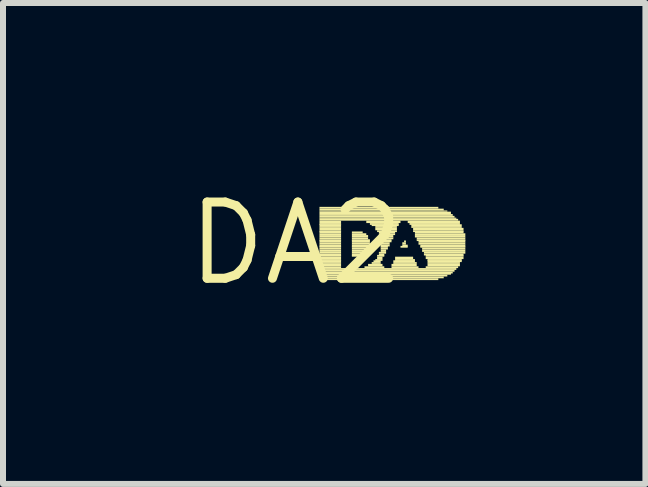
<source format=kicad_pcb>
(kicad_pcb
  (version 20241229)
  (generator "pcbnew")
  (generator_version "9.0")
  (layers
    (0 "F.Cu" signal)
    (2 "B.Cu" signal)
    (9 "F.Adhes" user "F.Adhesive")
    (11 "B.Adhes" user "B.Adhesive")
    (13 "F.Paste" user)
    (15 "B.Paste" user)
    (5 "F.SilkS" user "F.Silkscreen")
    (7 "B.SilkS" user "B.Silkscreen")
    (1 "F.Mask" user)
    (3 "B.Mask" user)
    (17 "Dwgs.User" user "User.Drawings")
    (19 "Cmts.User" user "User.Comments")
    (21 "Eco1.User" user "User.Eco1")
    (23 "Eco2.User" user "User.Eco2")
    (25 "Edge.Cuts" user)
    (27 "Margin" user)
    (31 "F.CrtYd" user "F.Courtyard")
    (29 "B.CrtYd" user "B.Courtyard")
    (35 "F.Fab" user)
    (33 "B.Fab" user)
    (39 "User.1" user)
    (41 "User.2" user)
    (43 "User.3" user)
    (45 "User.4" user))
  (footprint "DA2"
    (layer "F.Cu")
    (at 1.882 1.006)
    (property "Reference" "DA2" (at 0 0 0) (layer "F.SilkS") (effects (font (size 1.27 1.27) (thickness 0.15))))
    (attr through_hole)
    (fp_poly (pts (xy 0.39 -0.58) (xy 2.37 -0.58) (xy 2.37 -0.61) (xy 0.39 -0.61)) (stroke (width 0) (type solid)) (fill yes) (layer "F.SilkS"))
    (fp_poly (pts (xy 0.39 -0.55) (xy 2.46 -0.55) (xy 2.46 -0.58) (xy 0.39 -0.58)) (stroke (width 0) (type solid)) (fill yes) (layer "F.SilkS"))
    (fp_poly (pts (xy 0.39 -0.53) (xy 2.52 -0.53) (xy 2.52 -0.55) (xy 0.39 -0.55)) (stroke (width 0) (type solid)) (fill yes) (layer "F.SilkS"))
    (fp_poly (pts (xy 0.39 -0.49) (xy 2.58 -0.49) (xy 2.58 -0.53) (xy 0.39 -0.53)) (stroke (width 0) (type solid)) (fill yes) (layer "F.SilkS"))
    (fp_poly (pts (xy 0.39 -0.46) (xy 2.61 -0.46) (xy 2.61 -0.49) (xy 0.39 -0.49)) (stroke (width 0) (type solid)) (fill yes) (layer "F.SilkS"))
    (fp_poly (pts (xy 0.39 -0.43) (xy 2.64 -0.43) (xy 2.64 -0.46) (xy 0.39 -0.46)) (stroke (width 0) (type solid)) (fill yes) (layer "F.SilkS"))
    (fp_poly (pts (xy 0.39 -0.41) (xy 2.67 -0.41) (xy 2.67 -0.43) (xy 0.39 -0.43)) (stroke (width 0) (type solid)) (fill yes) (layer "F.SilkS"))
    (fp_poly (pts (xy 0.39 -0.38) (xy 2.7 -0.38) (xy 2.7 -0.41) (xy 0.39 -0.41)) (stroke (width 0) (type solid)) (fill yes) (layer "F.SilkS"))
    (fp_poly (pts (xy 0.39 -0.34) (xy 0.75 -0.34) (xy 0.75 -0.38) (xy 0.39 -0.38)) (stroke (width 0) (type solid)) (fill yes) (layer "F.SilkS"))
    (fp_poly (pts (xy 0.39 -0.31) (xy 0.75 -0.31) (xy 0.75 -0.34) (xy 0.39 -0.34)) (stroke (width 0) (type solid)) (fill yes) (layer "F.SilkS"))
    (fp_poly (pts (xy 0.39 -0.29) (xy 0.75 -0.29) (xy 0.75 -0.32) (xy 0.39 -0.32)) (stroke (width 0) (type solid)) (fill yes) (layer "F.SilkS"))
    (fp_poly (pts (xy 0.39 -0.26) (xy 0.75 -0.26) (xy 0.75 -0.29) (xy 0.39 -0.29)) (stroke (width 0) (type solid)) (fill yes) (layer "F.SilkS"))
    (fp_poly (pts (xy 0.39 -0.22) (xy 0.75 -0.22) (xy 0.75 -0.26) (xy 0.39 -0.26)) (stroke (width 0) (type solid)) (fill yes) (layer "F.SilkS"))
    (fp_poly (pts (xy 0.39 -0.19) (xy 0.75 -0.19) (xy 0.75 -0.22) (xy 0.39 -0.22)) (stroke (width 0) (type solid)) (fill yes) (layer "F.SilkS"))
    (fp_poly (pts (xy 0.39 -0.17) (xy 0.75 -0.17) (xy 0.75 -0.2) (xy 0.39 -0.2)) (stroke (width 0) (type solid)) (fill yes) (layer "F.SilkS"))
    (fp_poly (pts (xy 0.39 -0.14) (xy 0.75 -0.14) (xy 0.75 -0.17) (xy 0.39 -0.17)) (stroke (width 0) (type solid)) (fill yes) (layer "F.SilkS"))
    (fp_poly (pts (xy 0.39 -0.1) (xy 0.75 -0.1) (xy 0.75 -0.14) (xy 0.39 -0.14)) (stroke (width 0) (type solid)) (fill yes) (layer "F.SilkS"))
    (fp_poly (pts (xy 0.39 -0.07) (xy 0.75 -0.07) (xy 0.75 -0.1) (xy 0.39 -0.1)) (stroke (width 0) (type solid)) (fill yes) (layer "F.SilkS"))
    (fp_poly (pts (xy 0.39 -0.04) (xy 0.75 -0.04) (xy 0.75 -0.07) (xy 0.39 -0.07)) (stroke (width 0) (type solid)) (fill yes) (layer "F.SilkS"))
    (fp_poly (pts (xy 0.39 -0.02) (xy 0.75 -0.02) (xy 0.75 -0.05) (xy 0.39 -0.05)) (stroke (width 0) (type solid)) (fill yes) (layer "F.SilkS"))
    (fp_poly (pts (xy 0.39 0.02) (xy 0.75 0.02) (xy 0.75 -0.02) (xy 0.39 -0.02)) (stroke (width 0) (type solid)) (fill yes) (layer "F.SilkS"))
    (fp_poly (pts (xy 0.39 0.05) (xy 0.75 0.05) (xy 0.75 0.02) (xy 0.39 0.02)) (stroke (width 0) (type solid)) (fill yes) (layer "F.SilkS"))
    (fp_poly (pts (xy 0.39 0.07) (xy 0.75 0.07) (xy 0.75 0.04) (xy 0.39 0.04)) (stroke (width 0) (type solid)) (fill yes) (layer "F.SilkS"))
    (fp_poly (pts (xy 0.39 0.1) (xy 0.75 0.1) (xy 0.75 0.07) (xy 0.39 0.07)) (stroke (width 0) (type solid)) (fill yes) (layer "F.SilkS"))
    (fp_poly (pts (xy 0.39 0.14) (xy 0.75 0.14) (xy 0.75 0.1) (xy 0.39 0.1)) (stroke (width 0) (type solid)) (fill yes) (layer "F.SilkS"))
    (fp_poly (pts (xy 0.39 0.17) (xy 0.75 0.17) (xy 0.75 0.14) (xy 0.39 0.14)) (stroke (width 0) (type solid)) (fill yes) (layer "F.SilkS"))
    (fp_poly (pts (xy 0.39 0.2) (xy 0.75 0.2) (xy 0.75 0.17) (xy 0.39 0.17)) (stroke (width 0) (type solid)) (fill yes) (layer "F.SilkS"))
    (fp_poly (pts (xy 0.39 0.22) (xy 0.75 0.22) (xy 0.75 0.19) (xy 0.39 0.19)) (stroke (width 0) (type solid)) (fill yes) (layer "F.SilkS"))
    (fp_poly (pts (xy 0.39 0.26) (xy 0.75 0.26) (xy 0.75 0.22) (xy 0.39 0.22)) (stroke (width 0) (type solid)) (fill yes) (layer "F.SilkS"))
    (fp_poly (pts (xy 0.39 0.29) (xy 0.75 0.29) (xy 0.75 0.26) (xy 0.39 0.26)) (stroke (width 0) (type solid)) (fill yes) (layer "F.SilkS"))
    (fp_poly (pts (xy 0.39 0.31) (xy 0.75 0.31) (xy 0.75 0.28) (xy 0.39 0.28)) (stroke (width 0) (type solid)) (fill yes) (layer "F.SilkS"))
    (fp_poly (pts (xy 0.39 0.34) (xy 0.75 0.34) (xy 0.75 0.31) (xy 0.39 0.31)) (stroke (width 0) (type solid)) (fill yes) (layer "F.SilkS"))
    (fp_poly (pts (xy 0.39 0.38) (xy 0.75 0.38) (xy 0.75 0.34) (xy 0.39 0.34)) (stroke (width 0) (type solid)) (fill yes) (layer "F.SilkS"))
    (fp_poly (pts (xy 0.39 0.41) (xy 0.75 0.41) (xy 0.75 0.38) (xy 0.39 0.38)) (stroke (width 0) (type solid)) (fill yes) (layer "F.SilkS"))
    (fp_poly (pts (xy 0.39 0.44) (xy 2.67 0.44) (xy 2.67 0.41) (xy 0.39 0.41)) (stroke (width 0) (type solid)) (fill yes) (layer "F.SilkS"))
    (fp_poly (pts (xy 0.39 0.47) (xy 2.64 0.47) (xy 2.64 0.44) (xy 0.39 0.44)) (stroke (width 0) (type solid)) (fill yes) (layer "F.SilkS"))
    (fp_poly (pts (xy 0.39 0.5) (xy 2.61 0.5) (xy 2.61 0.47) (xy 0.39 0.47)) (stroke (width 0) (type solid)) (fill yes) (layer "F.SilkS"))
    (fp_poly (pts (xy 0.39 0.52) (xy 2.58 0.52) (xy 2.58 0.49) (xy 0.39 0.49)) (stroke (width 0) (type solid)) (fill yes) (layer "F.SilkS"))
    (fp_poly (pts (xy 0.39 0.55) (xy 2.52 0.55) (xy 2.52 0.52) (xy 0.39 0.52)) (stroke (width 0) (type solid)) (fill yes) (layer "F.SilkS"))
    (fp_poly (pts (xy 0.39 0.58) (xy 2.46 0.58) (xy 2.46 0.55) (xy 0.39 0.55)) (stroke (width 0) (type solid)) (fill yes) (layer "F.SilkS"))
    (fp_poly (pts (xy 0.39 0.61) (xy 2.37 0.61) (xy 2.37 0.58) (xy 0.39 0.58)) (stroke (width 0) (type solid)) (fill yes) (layer "F.SilkS"))
    (fp_poly (pts (xy 0.93 -0.17) (xy 1.11 -0.17) (xy 1.11 -0.2) (xy 0.93 -0.2)) (stroke (width 0) (type solid)) (fill yes) (layer "F.SilkS"))
    (fp_poly (pts (xy 0.93 -0.14) (xy 1.17 -0.14) (xy 1.17 -0.17) (xy 0.93 -0.17)) (stroke (width 0) (type solid)) (fill yes) (layer "F.SilkS"))
    (fp_poly (pts (xy 0.93 -0.1) (xy 1.2 -0.1) (xy 1.2 -0.14) (xy 0.93 -0.14)) (stroke (width 0) (type solid)) (fill yes) (layer "F.SilkS"))
    (fp_poly (pts (xy 0.93 -0.07) (xy 1.2 -0.07) (xy 1.2 -0.1) (xy 0.93 -0.1)) (stroke (width 0) (type solid)) (fill yes) (layer "F.SilkS"))
    (fp_poly (pts (xy 0.93 -0.04) (xy 1.23 -0.04) (xy 1.23 -0.07) (xy 0.93 -0.07)) (stroke (width 0) (type solid)) (fill yes) (layer "F.SilkS"))
    (fp_poly (pts (xy 0.93 -0.02) (xy 1.23 -0.02) (xy 1.23 -0.05) (xy 0.93 -0.05)) (stroke (width 0) (type solid)) (fill yes) (layer "F.SilkS"))
    (fp_poly (pts (xy 0.93 0.02) (xy 1.23 0.02) (xy 1.23 -0.02) (xy 0.93 -0.02)) (stroke (width 0) (type solid)) (fill yes) (layer "F.SilkS"))
    (fp_poly (pts (xy 0.93 0.05) (xy 1.23 0.05) (xy 1.23 0.02) (xy 0.93 0.02)) (stroke (width 0) (type solid)) (fill yes) (layer "F.SilkS"))
    (fp_poly (pts (xy 0.93 0.07) (xy 1.23 0.07) (xy 1.23 0.04) (xy 0.93 0.04)) (stroke (width 0) (type solid)) (fill yes) (layer "F.SilkS"))
    (fp_poly (pts (xy 0.93 0.1) (xy 1.23 0.1) (xy 1.23 0.07) (xy 0.93 0.07)) (stroke (width 0) (type solid)) (fill yes) (layer "F.SilkS"))
    (fp_poly (pts (xy 0.93 0.14) (xy 1.2 0.14) (xy 1.2 0.1) (xy 0.93 0.1)) (stroke (width 0) (type solid)) (fill yes) (layer "F.SilkS"))
    (fp_poly (pts (xy 0.93 0.17) (xy 1.17 0.17) (xy 1.17 0.14) (xy 0.93 0.14)) (stroke (width 0) (type solid)) (fill yes) (layer "F.SilkS"))
    (fp_poly (pts (xy 0.93 0.2) (xy 1.14 0.2) (xy 1.14 0.17) (xy 0.93 0.17)) (stroke (width 0) (type solid)) (fill yes) (layer "F.SilkS"))
    (fp_poly (pts (xy 0.93 0.22) (xy 1.08 0.22) (xy 1.08 0.19) (xy 0.93 0.19)) (stroke (width 0) (type solid)) (fill yes) (layer "F.SilkS"))
    (fp_poly (pts (xy 1.14 0.41) (xy 1.47 0.41) (xy 1.47 0.38) (xy 1.14 0.38)) (stroke (width 0) (type solid)) (fill yes) (layer "F.SilkS"))
    (fp_poly (pts (xy 1.17 -0.34) (xy 1.74 -0.34) (xy 1.74 -0.38) (xy 1.17 -0.38)) (stroke (width 0) (type solid)) (fill yes) (layer "F.SilkS"))
    (fp_poly (pts (xy 1.2 0.38) (xy 1.44 0.38) (xy 1.44 0.34) (xy 1.2 0.34)) (stroke (width 0) (type solid)) (fill yes) (layer "F.SilkS"))
    (fp_poly (pts (xy 1.23 -0.31) (xy 1.71 -0.31) (xy 1.71 -0.34) (xy 1.23 -0.34)) (stroke (width 0) (type solid)) (fill yes) (layer "F.SilkS"))
    (fp_poly (pts (xy 1.26 -0.29) (xy 1.71 -0.29) (xy 1.71 -0.32) (xy 1.26 -0.32)) (stroke (width 0) (type solid)) (fill yes) (layer "F.SilkS"))
    (fp_poly (pts (xy 1.26 0.34) (xy 1.41 0.34) (xy 1.41 0.31) (xy 1.26 0.31)) (stroke (width 0) (type solid)) (fill yes) (layer "F.SilkS"))
    (fp_poly (pts (xy 1.29 0.31) (xy 1.41 0.31) (xy 1.41 0.28) (xy 1.29 0.28)) (stroke (width 0) (type solid)) (fill yes) (layer "F.SilkS"))
    (fp_poly (pts (xy 1.32 -0.26) (xy 1.68 -0.26) (xy 1.68 -0.29) (xy 1.32 -0.29)) (stroke (width 0) (type solid)) (fill yes) (layer "F.SilkS"))
    (fp_poly (pts (xy 1.32 -0.22) (xy 1.68 -0.22) (xy 1.68 -0.26) (xy 1.32 -0.26)) (stroke (width 0) (type solid)) (fill yes) (layer "F.SilkS"))
    (fp_poly (pts (xy 1.32 0.29) (xy 1.44 0.29) (xy 1.44 0.26) (xy 1.32 0.26)) (stroke (width 0) (type solid)) (fill yes) (layer "F.SilkS"))
    (fp_poly (pts (xy 1.35 -0.19) (xy 1.68 -0.19) (xy 1.68 -0.22) (xy 1.35 -0.22)) (stroke (width 0) (type solid)) (fill yes) (layer "F.SilkS"))
    (fp_poly (pts (xy 1.35 0.22) (xy 1.47 0.22) (xy 1.47 0.19) (xy 1.35 0.19)) (stroke (width 0) (type solid)) (fill yes) (layer "F.SilkS"))
    (fp_poly (pts (xy 1.35 0.26) (xy 1.44 0.26) (xy 1.44 0.22) (xy 1.35 0.22)) (stroke (width 0) (type solid)) (fill yes) (layer "F.SilkS"))
    (fp_poly (pts (xy 1.38 -0.17) (xy 1.65 -0.17) (xy 1.65 -0.2) (xy 1.38 -0.2)) (stroke (width 0) (type solid)) (fill yes) (layer "F.SilkS"))
    (fp_poly (pts (xy 1.38 -0.14) (xy 1.65 -0.14) (xy 1.65 -0.17) (xy 1.38 -0.17)) (stroke (width 0) (type solid)) (fill yes) (layer "F.SilkS"))
    (fp_poly (pts (xy 1.38 0.17) (xy 1.5 0.17) (xy 1.5 0.14) (xy 1.38 0.14)) (stroke (width 0) (type solid)) (fill yes) (layer "F.SilkS"))
    (fp_poly (pts (xy 1.38 0.2) (xy 1.47 0.2) (xy 1.47 0.17) (xy 1.38 0.17)) (stroke (width 0) (type solid)) (fill yes) (layer "F.SilkS"))
    (fp_poly (pts (xy 1.41 -0.1) (xy 1.62 -0.1) (xy 1.62 -0.14) (xy 1.41 -0.14)) (stroke (width 0) (type solid)) (fill yes) (layer "F.SilkS"))
    (fp_poly (pts (xy 1.41 -0.07) (xy 1.62 -0.07) (xy 1.62 -0.1) (xy 1.41 -0.1)) (stroke (width 0) (type solid)) (fill yes) (layer "F.SilkS"))
    (fp_poly (pts (xy 1.41 -0.04) (xy 1.59 -0.04) (xy 1.59 -0.07) (xy 1.41 -0.07)) (stroke (width 0) (type solid)) (fill yes) (layer "F.SilkS"))
    (fp_poly (pts (xy 1.41 -0.02) (xy 1.59 -0.02) (xy 1.59 -0.05) (xy 1.41 -0.05)) (stroke (width 0) (type solid)) (fill yes) (layer "F.SilkS"))
    (fp_poly (pts (xy 1.41 0.02) (xy 1.56 0.02) (xy 1.56 -0.02) (xy 1.41 -0.02)) (stroke (width 0) (type solid)) (fill yes) (layer "F.SilkS"))
    (fp_poly (pts (xy 1.41 0.05) (xy 1.56 0.05) (xy 1.56 0.02) (xy 1.41 0.02)) (stroke (width 0) (type solid)) (fill yes) (layer "F.SilkS"))
    (fp_poly (pts (xy 1.41 0.07) (xy 1.53 0.07) (xy 1.53 0.04) (xy 1.41 0.04)) (stroke (width 0) (type solid)) (fill yes) (layer "F.SilkS"))
    (fp_poly (pts (xy 1.41 0.1) (xy 1.53 0.1) (xy 1.53 0.07) (xy 1.41 0.07)) (stroke (width 0) (type solid)) (fill yes) (layer "F.SilkS"))
    (fp_poly (pts (xy 1.41 0.14) (xy 1.5 0.14) (xy 1.5 0.1) (xy 1.41 0.1)) (stroke (width 0) (type solid)) (fill yes) (layer "F.SilkS"))
    (fp_poly (pts (xy 1.59 0.38) (xy 2.01 0.38) (xy 2.01 0.34) (xy 1.59 0.34)) (stroke (width 0) (type solid)) (fill yes) (layer "F.SilkS"))
    (fp_poly (pts (xy 1.59 0.41) (xy 2.04 0.41) (xy 2.04 0.38) (xy 1.59 0.38)) (stroke (width 0) (type solid)) (fill yes) (layer "F.SilkS"))
    (fp_poly (pts (xy 1.62 0.31) (xy 1.98 0.31) (xy 1.98 0.28) (xy 1.62 0.28)) (stroke (width 0) (type solid)) (fill yes) (layer "F.SilkS"))
    (fp_poly (pts (xy 1.62 0.34) (xy 2.01 0.34) (xy 2.01 0.31) (xy 1.62 0.31)) (stroke (width 0) (type solid)) (fill yes) (layer "F.SilkS"))
    (fp_poly (pts (xy 1.65 0.26) (xy 1.95 0.26) (xy 1.95 0.22) (xy 1.65 0.22)) (stroke (width 0) (type solid)) (fill yes) (layer "F.SilkS"))
    (fp_poly (pts (xy 1.65 0.29) (xy 1.98 0.29) (xy 1.98 0.26) (xy 1.65 0.26)) (stroke (width 0) (type solid)) (fill yes) (layer "F.SilkS"))
    (fp_poly (pts (xy 1.74 0.07) (xy 1.86 0.07) (xy 1.86 0.04) (xy 1.74 0.04)) (stroke (width 0) (type solid)) (fill yes) (layer "F.SilkS"))
    (fp_poly (pts (xy 1.77 0.02) (xy 1.83 0.02) (xy 1.83 -0.02) (xy 1.77 -0.02)) (stroke (width 0) (type solid)) (fill yes) (layer "F.SilkS"))
    (fp_poly (pts (xy 1.77 0.05) (xy 1.86 0.05) (xy 1.86 0.02) (xy 1.77 0.02)) (stroke (width 0) (type solid)) (fill yes) (layer "F.SilkS"))
    (fp_poly (pts (xy 1.8 -0.02) (xy 1.83 -0.02) (xy 1.83 -0.05) (xy 1.8 -0.05)) (stroke (width 0) (type solid)) (fill yes) (layer "F.SilkS"))
    (fp_poly (pts (xy 1.86 -0.34) (xy 2.73 -0.34) (xy 2.73 -0.38) (xy 1.86 -0.38)) (stroke (width 0) (type solid)) (fill yes) (layer "F.SilkS"))
    (fp_poly (pts (xy 1.89 -0.31) (xy 2.73 -0.31) (xy 2.73 -0.34) (xy 1.89 -0.34)) (stroke (width 0) (type solid)) (fill yes) (layer "F.SilkS"))
    (fp_poly (pts (xy 1.92 -0.29) (xy 2.76 -0.29) (xy 2.76 -0.32) (xy 1.92 -0.32)) (stroke (width 0) (type solid)) (fill yes) (layer "F.SilkS"))
    (fp_poly (pts (xy 1.92 -0.26) (xy 2.76 -0.26) (xy 2.76 -0.29) (xy 1.92 -0.29)) (stroke (width 0) (type solid)) (fill yes) (layer "F.SilkS"))
    (fp_poly (pts (xy 1.95 -0.22) (xy 2.79 -0.22) (xy 2.79 -0.26) (xy 1.95 -0.26)) (stroke (width 0) (type solid)) (fill yes) (layer "F.SilkS"))
    (fp_poly (pts (xy 1.95 -0.19) (xy 2.79 -0.19) (xy 2.79 -0.22) (xy 1.95 -0.22)) (stroke (width 0) (type solid)) (fill yes) (layer "F.SilkS"))
    (fp_poly (pts (xy 1.98 -0.17) (xy 2.79 -0.17) (xy 2.79 -0.2) (xy 1.98 -0.2)) (stroke (width 0) (type solid)) (fill yes) (layer "F.SilkS"))
    (fp_poly (pts (xy 1.98 -0.14) (xy 2.82 -0.14) (xy 2.82 -0.17) (xy 1.98 -0.17)) (stroke (width 0) (type solid)) (fill yes) (layer "F.SilkS"))
    (fp_poly (pts (xy 1.98 -0.1) (xy 2.82 -0.1) (xy 2.82 -0.14) (xy 1.98 -0.14)) (stroke (width 0) (type solid)) (fill yes) (layer "F.SilkS"))
    (fp_poly (pts (xy 2.01 -0.07) (xy 2.82 -0.07) (xy 2.82 -0.1) (xy 2.01 -0.1)) (stroke (width 0) (type solid)) (fill yes) (layer "F.SilkS"))
    (fp_poly (pts (xy 2.01 -0.04) (xy 2.82 -0.04) (xy 2.82 -0.07) (xy 2.01 -0.07)) (stroke (width 0) (type solid)) (fill yes) (layer "F.SilkS"))
    (fp_poly (pts (xy 2.04 -0.02) (xy 2.82 -0.02) (xy 2.82 -0.05) (xy 2.04 -0.05)) (stroke (width 0) (type solid)) (fill yes) (layer "F.SilkS"))
    (fp_poly (pts (xy 2.04 0.02) (xy 2.82 0.02) (xy 2.82 -0.02) (xy 2.04 -0.02)) (stroke (width 0) (type solid)) (fill yes) (layer "F.SilkS"))
    (fp_poly (pts (xy 2.07 0.05) (xy 2.82 0.05) (xy 2.82 0.02) (xy 2.07 0.02)) (stroke (width 0) (type solid)) (fill yes) (layer "F.SilkS"))
    (fp_poly (pts (xy 2.07 0.07) (xy 2.82 0.07) (xy 2.82 0.04) (xy 2.07 0.04)) (stroke (width 0) (type solid)) (fill yes) (layer "F.SilkS"))
    (fp_poly (pts (xy 2.1 0.1) (xy 2.82 0.1) (xy 2.82 0.07) (xy 2.1 0.07)) (stroke (width 0) (type solid)) (fill yes) (layer "F.SilkS"))
    (fp_poly (pts (xy 2.1 0.14) (xy 2.82 0.14) (xy 2.82 0.1) (xy 2.1 0.1)) (stroke (width 0) (type solid)) (fill yes) (layer "F.SilkS"))
    (fp_poly (pts (xy 2.13 0.17) (xy 2.82 0.17) (xy 2.82 0.14) (xy 2.13 0.14)) (stroke (width 0) (type solid)) (fill yes) (layer "F.SilkS"))
    (fp_poly (pts (xy 2.13 0.2) (xy 2.79 0.2) (xy 2.79 0.17) (xy 2.13 0.17)) (stroke (width 0) (type solid)) (fill yes) (layer "F.SilkS"))
    (fp_poly (pts (xy 2.16 0.22) (xy 2.79 0.22) (xy 2.79 0.19) (xy 2.16 0.19)) (stroke (width 0) (type solid)) (fill yes) (layer "F.SilkS"))
    (fp_poly (pts (xy 2.16 0.26) (xy 2.79 0.26) (xy 2.79 0.22) (xy 2.16 0.22)) (stroke (width 0) (type solid)) (fill yes) (layer "F.SilkS"))
    (fp_poly (pts (xy 2.16 0.41) (xy 2.7 0.41) (xy 2.7 0.38) (xy 2.16 0.38)) (stroke (width 0) (type solid)) (fill yes) (layer "F.SilkS"))
    (fp_poly (pts (xy 2.19 0.29) (xy 2.76 0.29) (xy 2.76 0.26) (xy 2.19 0.26)) (stroke (width 0) (type solid)) (fill yes) (layer "F.SilkS"))
    (fp_poly (pts (xy 2.19 0.31) (xy 2.76 0.31) (xy 2.76 0.28) (xy 2.19 0.28)) (stroke (width 0) (type solid)) (fill yes) (layer "F.SilkS"))
    (fp_poly (pts (xy 2.19 0.34) (xy 2.73 0.34) (xy 2.73 0.31) (xy 2.19 0.31)) (stroke (width 0) (type solid)) (fill yes) (layer "F.SilkS"))
    (fp_poly (pts (xy 2.19 0.38) (xy 2.73 0.38) (xy 2.73 0.34) (xy 2.19 0.34)) (stroke (width 0) (type solid)) (fill yes) (layer "F.SilkS")))
  (gr_rect
    (start -3 -3)
    (end 7.702 5.012)
    (stroke (width 0.1) (type default))
    (fill no)
    (layer "Edge.Cuts")))
</source>
